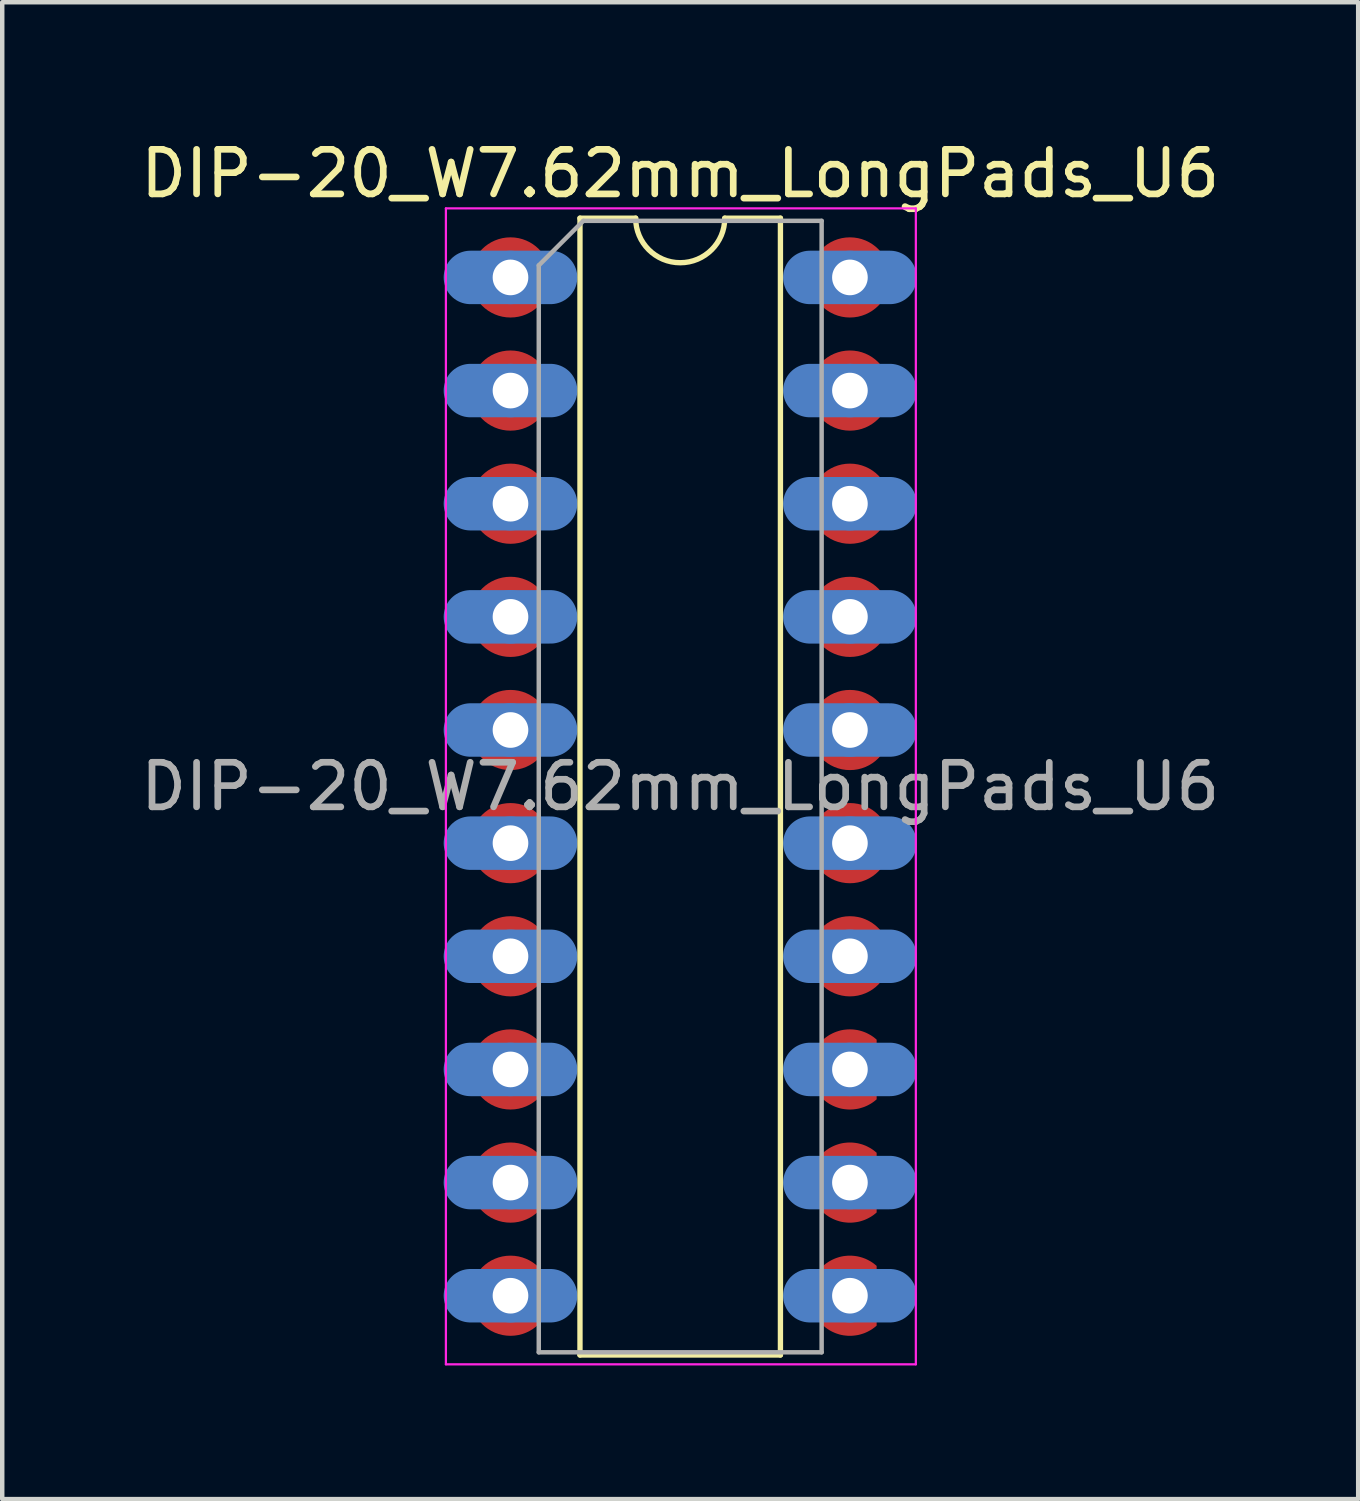
<source format=kicad_pcb>
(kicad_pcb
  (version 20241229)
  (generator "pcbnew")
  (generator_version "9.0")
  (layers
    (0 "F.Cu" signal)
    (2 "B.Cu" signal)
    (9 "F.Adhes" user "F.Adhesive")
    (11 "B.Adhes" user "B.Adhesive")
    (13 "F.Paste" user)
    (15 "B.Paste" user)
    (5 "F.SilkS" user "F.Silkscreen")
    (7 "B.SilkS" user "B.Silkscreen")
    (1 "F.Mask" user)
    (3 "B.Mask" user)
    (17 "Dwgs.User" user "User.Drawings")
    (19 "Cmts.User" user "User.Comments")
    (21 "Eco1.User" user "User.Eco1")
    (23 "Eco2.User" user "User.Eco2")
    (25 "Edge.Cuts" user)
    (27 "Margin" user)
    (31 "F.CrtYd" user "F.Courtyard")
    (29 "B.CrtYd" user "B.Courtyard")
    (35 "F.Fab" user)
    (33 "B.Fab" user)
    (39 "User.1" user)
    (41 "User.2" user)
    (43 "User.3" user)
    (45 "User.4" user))
  (footprint "DIP-20_W7.62mm_LongPads_U6"
    (layer "F.Cu")
    (at 8.41 3.178)
    (property "Reference" "DIP-20_W7.62mm_LongPads_U6" (at 3.81 -2.33 0) (layer "F.SilkS") (effects (font (size 1 1) (thickness 0.15))))
    (attr through_hole)
    (fp_line (start 1.56 -1.33) (end 1.56 24.19) (stroke (width 0.12) (type solid)) (layer "F.SilkS"))
    (fp_line (start 1.56 24.19) (end 6.06 24.19) (stroke (width 0.12) (type solid)) (layer "F.SilkS"))
    (fp_line (start 2.81 -1.33) (end 1.56 -1.33) (stroke (width 0.12) (type solid)) (layer "F.SilkS"))
    (fp_line (start 6.06 -1.33) (end 4.81 -1.33) (stroke (width 0.12) (type solid)) (layer "F.SilkS"))
    (fp_line (start 6.06 24.19) (end 6.06 -1.33) (stroke (width 0.12) (type solid)) (layer "F.SilkS"))
    (fp_arc (start 4.81 -1.33) (mid 3.81 -0.33) (end 2.81 -1.33) (stroke (width 0.12) (type solid)) (layer "F.SilkS"))
    (fp_line (start -1.45 -1.55) (end -1.45 24.4) (stroke (width 0.05) (type solid)) (layer "F.CrtYd"))
    (fp_line (start -1.45 24.4) (end 9.1 24.4) (stroke (width 0.05) (type solid)) (layer "F.CrtYd"))
    (fp_line (start 9.1 -1.55) (end -1.45 -1.55) (stroke (width 0.05) (type solid)) (layer "F.CrtYd"))
    (fp_line (start 9.1 24.4) (end 9.1 -1.55) (stroke (width 0.05) (type solid)) (layer "F.CrtYd"))
    (fp_line (start 0.635 -0.27) (end 1.635 -1.27) (stroke (width 0.1) (type solid)) (layer "F.Fab"))
    (fp_line (start 0.635 24.13) (end 0.635 -0.27) (stroke (width 0.1) (type solid)) (layer "F.Fab"))
    (fp_line (start 1.635 -1.27) (end 6.985 -1.27) (stroke (width 0.1) (type solid)) (layer "F.Fab"))
    (fp_line (start 6.985 -1.27) (end 6.985 24.13) (stroke (width 0.1) (type solid)) (layer "F.Fab"))
    (fp_line (start 6.985 24.13) (end 0.635 24.13) (stroke (width 0.1) (type solid)) (layer "F.Fab"))
    (fp_text user "${REFERENCE}" (at 3.81 11.43 0) (layer "F.Fab") (effects (font (size 1 1) (thickness 0.15))))
    (pad "1" thru_hole circle (at 0 0) (size 1.2 1.2) (drill 0.8) (layers "*.Cu" "*.Mask"))
    (pad "1" smd circle (at 0 0) (size 1.8 1.8) (layers "F.Cu" "F.Mask"))
    (pad "1" smd oval (at 0 0) (size 3 1.2) (layers "B.Cu" "B.Mask"))
    (pad "2" thru_hole circle (at 0 2.54) (size 1.2 1.2) (drill 0.8) (layers "*.Cu" "*.Mask"))
    (pad "2" smd circle (at 0 2.54) (size 1.8 1.8) (layers "F.Cu" "F.Mask"))
    (pad "2" smd oval (at 0 2.54) (size 3 1.2) (layers "B.Cu" "B.Mask"))
    (pad "3" thru_hole circle (at 0 5.08) (size 1.2 1.2) (drill 0.8) (layers "*.Cu" "*.Mask"))
    (pad "3" smd circle (at 0 5.08) (size 1.8 1.8) (layers "F.Cu" "F.Mask"))
    (pad "3" smd oval (at 0 5.08) (size 3 1.2) (layers "B.Cu" "B.Mask"))
    (pad "4" thru_hole circle (at 0 7.62) (size 1.2 1.2) (drill 0.8) (layers "*.Cu" "*.Mask"))
    (pad "4" smd circle (at 0 7.62) (size 1.8 1.8) (layers "F.Cu" "F.Mask"))
    (pad "4" smd oval (at 0 7.62) (size 3 1.2) (layers "B.Cu" "B.Mask"))
    (pad "5" thru_hole circle (at 0 10.16) (size 1.2 1.2) (drill 0.8) (layers "*.Cu" "*.Mask"))
    (pad "5" smd circle (at 0 10.16) (size 1.8 1.8) (layers "F.Cu" "F.Mask"))
    (pad "5" smd oval (at 0 10.16) (size 3 1.2) (layers "B.Cu" "B.Mask"))
    (pad "6" thru_hole circle (at 0 12.7) (size 1.2 1.2) (drill 0.8) (layers "*.Cu" "*.Mask"))
    (pad "6" smd circle (at 0 12.7) (size 1.8 1.8) (layers "F.Cu" "F.Mask"))
    (pad "6" smd oval (at 0 12.7) (size 3 1.2) (layers "B.Cu" "B.Mask"))
    (pad "7" thru_hole circle (at 0 15.24) (size 1.2 1.2) (drill 0.8) (layers "*.Cu" "*.Mask"))
    (pad "7" smd circle (at 0 15.24) (size 1.8 1.8) (layers "F.Cu" "F.Mask"))
    (pad "7" smd oval (at 0 15.24) (size 3 1.2) (layers "B.Cu" "B.Mask"))
    (pad "8" thru_hole circle (at 0 17.78) (size 1.2 1.2) (drill 0.8) (layers "*.Cu" "*.Mask"))
    (pad "8" smd circle (at 0 17.78) (size 1.8 1.8) (layers "F.Cu" "F.Mask"))
    (pad "8" smd oval (at 0 17.78) (size 3 1.2) (layers "B.Cu" "B.Mask"))
    (pad "9" thru_hole circle (at 0 20.32) (size 1.2 1.2) (drill 0.8) (layers "*.Cu" "*.Mask"))
    (pad "9" smd circle (at 0 20.32) (size 1.8 1.8) (layers "F.Cu" "F.Mask"))
    (pad "9" smd oval (at 0 20.32) (size 3 1.2) (layers "B.Cu" "B.Mask"))
    (pad "10" thru_hole circle (at 0 22.86) (size 1.2 1.2) (drill 0.8) (layers "*.Cu" "*.Mask"))
    (pad "10" smd circle (at 0 22.86) (size 1.8 1.8) (layers "F.Cu" "F.Mask"))
    (pad "10" smd oval (at 0 22.86) (size 3 1.2) (layers "B.Cu" "B.Mask"))
    (pad "11" thru_hole circle (at 7.62 22.86) (size 1.2 1.2) (drill 0.8) (layers "*.Cu" "*.Mask"))
    (pad "11" smd custom (at 7.62 22.86) (size 1.2 1.2) (layers "F.Cu" "F.Mask") (options (anchor circle)) (primitives (gr_poly (pts (xy 0.568 0.698) (xy 0.536 0.723) (xy 0.502 0.747) (xy 0.468 0.769) (xy 0.432 0.789) (xy 0.396 0.808) (xy 0.359 0.825) (xy 0.321 0.841) (xy 0.283 0.854) (xy 0.244 0.866) (xy 0.204 0.877) (xy 0.164 0.885) (xy 0.123 0.891) (xy 0.082 0.896) (xy 0.041 0.899) (xy -0.000235 0.9) (xy -0.047 0.899) (xy -0.092 0.895) (xy -0.137 0.89) (xy -0.182 0.882) (xy -0.225 0.872) (xy -0.268 0.859) (xy -0.31 0.845) (xy -0.35 0.829) (xy -0.39 0.811) (xy -0.429 0.791) (xy -0.467 0.77) (xy -0.503 0.746) (xy -0.538 0.721) (xy -0.572 0.694) (xy -0.605 0.666) (xy -0.636 0.636) (xy -0.666 0.605) (xy -0.694 0.572) (xy -0.721 0.538) (xy -0.746 0.503) (xy -0.77 0.467) (xy -0.791 0.429) (xy -0.811 0.39) (xy -0.829 0.35) (xy -0.845 0.31) (xy -0.859 0.268) (xy -0.872 0.225) (xy -0.882 0.182) (xy -0.89 0.137) (xy -0.895 0.092) (xy -0.899 0.047) (xy -0.9 0.000255) (xy -0.899 -0.046) (xy -0.895 -0.092) (xy -0.89 -0.137) (xy -0.882 -0.181) (xy -0.872 -0.225) (xy -0.86 -0.267) (xy -0.845 -0.309) (xy -0.829 -0.35) (xy -0.811 -0.39) (xy -0.791 -0.429) (xy -0.77 -0.466) (xy -0.746 -0.503) (xy -0.721 -0.538) (xy -0.695 -0.572) (xy -0.666 -0.605) (xy -0.636 -0.636) (xy -0.605 -0.666) (xy -0.573 -0.694) (xy -0.539 -0.721) (xy -0.503 -0.746) (xy -0.467 -0.77) (xy -0.429 -0.791) (xy -0.39 -0.811) (xy -0.35 -0.829) (xy -0.31 -0.845) (xy -0.268 -0.859) (xy -0.225 -0.872) (xy -0.182 -0.882) (xy -0.137 -0.89) (xy -0.092 -0.895) (xy -0.047 -0.899) (xy -0.000235 -0.9) (xy 0.041 -0.899) (xy 0.082 -0.896) (xy 0.123 -0.891) (xy 0.164 -0.885) (xy 0.204 -0.876) (xy 0.243 -0.866) (xy 0.283 -0.854) (xy 0.321 -0.84) (xy 0.359 -0.825) (xy 0.396 -0.807) (xy 0.432 -0.788) (xy 0.468 -0.768) (xy 0.502 -0.746) (xy 0.536 -0.722) (xy 0.568 -0.696) (xy 0.6 -0.669) (xy 0.6 0.671)) (width 0) (fill yes))))
    (pad "11" smd oval (at 7.62 22.86) (size 3 1.2) (layers "B.Cu" "B.Mask"))
    (pad "12" thru_hole circle (at 7.62 20.32) (size 1.2 1.2) (drill 0.8) (layers "*.Cu" "*.Mask"))
    (pad "12" smd custom (at 7.62 20.32) (size 1.2 1.2) (layers "F.Cu" "F.Mask") (options (anchor circle)) (primitives (gr_poly (pts (xy 0.568 0.698) (xy 0.536 0.723) (xy 0.502 0.747) (xy 0.468 0.769) (xy 0.432 0.789) (xy 0.396 0.808) (xy 0.359 0.825) (xy 0.321 0.841) (xy 0.283 0.854) (xy 0.244 0.866) (xy 0.204 0.877) (xy 0.164 0.885) (xy 0.123 0.891) (xy 0.082 0.896) (xy 0.041 0.899) (xy -0.000235 0.9) (xy -0.047 0.899) (xy -0.092 0.895) (xy -0.137 0.89) (xy -0.182 0.882) (xy -0.225 0.872) (xy -0.268 0.859) (xy -0.31 0.845) (xy -0.35 0.829) (xy -0.39 0.811) (xy -0.429 0.791) (xy -0.467 0.77) (xy -0.503 0.746) (xy -0.538 0.721) (xy -0.572 0.694) (xy -0.605 0.666) (xy -0.636 0.636) (xy -0.666 0.605) (xy -0.694 0.572) (xy -0.721 0.538) (xy -0.746 0.503) (xy -0.77 0.467) (xy -0.791 0.429) (xy -0.811 0.39) (xy -0.829 0.35) (xy -0.845 0.31) (xy -0.859 0.268) (xy -0.872 0.225) (xy -0.882 0.182) (xy -0.89 0.137) (xy -0.895 0.092) (xy -0.899 0.047) (xy -0.9 0.000255) (xy -0.899 -0.046) (xy -0.895 -0.092) (xy -0.89 -0.137) (xy -0.882 -0.181) (xy -0.872 -0.225) (xy -0.86 -0.267) (xy -0.845 -0.309) (xy -0.829 -0.35) (xy -0.811 -0.39) (xy -0.791 -0.429) (xy -0.77 -0.466) (xy -0.746 -0.503) (xy -0.721 -0.538) (xy -0.695 -0.572) (xy -0.666 -0.605) (xy -0.636 -0.636) (xy -0.605 -0.666) (xy -0.573 -0.694) (xy -0.539 -0.721) (xy -0.503 -0.746) (xy -0.467 -0.77) (xy -0.429 -0.791) (xy -0.39 -0.811) (xy -0.35 -0.829) (xy -0.31 -0.845) (xy -0.268 -0.859) (xy -0.225 -0.872) (xy -0.182 -0.882) (xy -0.137 -0.89) (xy -0.092 -0.895) (xy -0.047 -0.899) (xy -0.000235 -0.9) (xy 0.041 -0.899) (xy 0.082 -0.896) (xy 0.123 -0.891) (xy 0.164 -0.885) (xy 0.204 -0.876) (xy 0.243 -0.866) (xy 0.283 -0.854) (xy 0.321 -0.84) (xy 0.359 -0.825) (xy 0.396 -0.807) (xy 0.432 -0.788) (xy 0.468 -0.768) (xy 0.502 -0.746) (xy 0.536 -0.722) (xy 0.568 -0.696) (xy 0.6 -0.669) (xy 0.6 0.671)) (width 0) (fill yes))))
    (pad "12" smd oval (at 7.62 20.32) (size 3 1.2) (layers "B.Cu" "B.Mask"))
    (pad "13" thru_hole circle (at 7.62 17.78) (size 1.2 1.2) (drill 0.8) (layers "*.Cu" "*.Mask"))
    (pad "13" smd custom (at 7.62 17.78) (size 1.2 1.2) (layers "F.Cu" "F.Mask") (options (anchor circle)) (primitives (gr_poly (pts (xy 0.568 0.698) (xy 0.536 0.723) (xy 0.502 0.747) (xy 0.468 0.769) (xy 0.432 0.789) (xy 0.396 0.808) (xy 0.359 0.825) (xy 0.321 0.841) (xy 0.283 0.854) (xy 0.244 0.866) (xy 0.204 0.877) (xy 0.164 0.885) (xy 0.123 0.891) (xy 0.082 0.896) (xy 0.041 0.899) (xy -0.000235 0.9) (xy -0.047 0.899) (xy -0.092 0.895) (xy -0.137 0.89) (xy -0.182 0.882) (xy -0.225 0.872) (xy -0.268 0.859) (xy -0.31 0.845) (xy -0.35 0.829) (xy -0.39 0.811) (xy -0.429 0.791) (xy -0.467 0.77) (xy -0.503 0.746) (xy -0.538 0.721) (xy -0.572 0.694) (xy -0.605 0.666) (xy -0.636 0.636) (xy -0.666 0.605) (xy -0.694 0.572) (xy -0.721 0.538) (xy -0.746 0.503) (xy -0.77 0.467) (xy -0.791 0.429) (xy -0.811 0.39) (xy -0.829 0.35) (xy -0.845 0.31) (xy -0.859 0.268) (xy -0.872 0.225) (xy -0.882 0.182) (xy -0.89 0.137) (xy -0.895 0.092) (xy -0.899 0.047) (xy -0.9 0.000255) (xy -0.899 -0.046) (xy -0.895 -0.092) (xy -0.89 -0.137) (xy -0.882 -0.181) (xy -0.872 -0.225) (xy -0.86 -0.267) (xy -0.845 -0.309) (xy -0.829 -0.35) (xy -0.811 -0.39) (xy -0.791 -0.429) (xy -0.77 -0.466) (xy -0.746 -0.503) (xy -0.721 -0.538) (xy -0.695 -0.572) (xy -0.666 -0.605) (xy -0.636 -0.636) (xy -0.605 -0.666) (xy -0.573 -0.694) (xy -0.539 -0.721) (xy -0.503 -0.746) (xy -0.467 -0.77) (xy -0.429 -0.791) (xy -0.39 -0.811) (xy -0.35 -0.829) (xy -0.31 -0.845) (xy -0.268 -0.859) (xy -0.225 -0.872) (xy -0.182 -0.882) (xy -0.137 -0.89) (xy -0.092 -0.895) (xy -0.047 -0.899) (xy -0.000235 -0.9) (xy 0.041 -0.899) (xy 0.082 -0.896) (xy 0.123 -0.891) (xy 0.164 -0.885) (xy 0.204 -0.876) (xy 0.243 -0.866) (xy 0.283 -0.854) (xy 0.321 -0.84) (xy 0.359 -0.825) (xy 0.396 -0.807) (xy 0.432 -0.788) (xy 0.468 -0.768) (xy 0.502 -0.746) (xy 0.536 -0.722) (xy 0.568 -0.696) (xy 0.6 -0.669) (xy 0.6 0.671)) (width 0) (fill yes))))
    (pad "13" smd oval (at 7.62 17.78) (size 3 1.2) (layers "B.Cu" "B.Mask"))
    (pad "14" thru_hole circle (at 7.62 15.24) (size 1.2 1.2) (drill 0.8) (layers "*.Cu" "*.Mask"))
    (pad "14" smd circle (at 7.62 15.24) (size 1.8 1.8) (layers "F.Cu" "F.Mask"))
    (pad "14" smd oval (at 7.62 15.24) (size 3 1.2) (layers "B.Cu" "B.Mask"))
    (pad "15" thru_hole circle (at 7.62 12.7) (size 1.2 1.2) (drill 0.8) (layers "*.Cu" "*.Mask"))
    (pad "15" smd circle (at 7.62 12.7) (size 1.8 1.8) (layers "F.Cu" "F.Mask"))
    (pad "15" smd oval (at 7.62 12.7) (size 3 1.2) (layers "B.Cu" "B.Mask"))
    (pad "16" thru_hole circle (at 7.62 10.16) (size 1.2 1.2) (drill 0.8) (layers "*.Cu" "*.Mask"))
    (pad "16" smd circle (at 7.62 10.16) (size 1.8 1.8) (layers "F.Cu" "F.Mask"))
    (pad "16" smd oval (at 7.62 10.16) (size 3 1.2) (layers "B.Cu" "B.Mask"))
    (pad "17" thru_hole circle (at 7.62 7.62) (size 1.2 1.2) (drill 0.8) (layers "*.Cu" "*.Mask"))
    (pad "17" smd circle (at 7.62 7.62) (size 1.8 1.8) (layers "F.Cu" "F.Mask"))
    (pad "17" smd oval (at 7.62 7.62) (size 3 1.2) (layers "B.Cu" "B.Mask"))
    (pad "18" thru_hole circle (at 7.62 5.08) (size 1.2 1.2) (drill 0.8) (layers "*.Cu" "*.Mask"))
    (pad "18" smd circle (at 7.62 5.08) (size 1.8 1.8) (layers "F.Cu" "F.Mask"))
    (pad "18" smd oval (at 7.62 5.08) (size 3 1.2) (layers "B.Cu" "B.Mask"))
    (pad "19" thru_hole circle (at 7.62 2.54) (size 1.2 1.2) (drill 0.8) (layers "*.Cu" "*.Mask"))
    (pad "19" smd circle (at 7.62 2.54) (size 1.8 1.8) (layers "F.Cu" "F.Mask"))
    (pad "19" smd oval (at 7.62 2.54) (size 3 1.2) (layers "B.Cu" "B.Mask"))
    (pad "20" thru_hole circle (at 7.62 0) (size 1.2 1.2) (drill 0.8) (layers "*.Cu" "*.Mask"))
    (pad "20" smd circle (at 7.62 0) (size 1.8 1.8) (layers "F.Cu" "F.Mask"))
    (pad "20" smd oval (at 7.62 0) (size 3 1.2) (layers "B.Cu" "B.Mask")))
  (gr_rect
    (start -3 -3)
    (end 27.44 30.603)
    (stroke (width 0.1) (type default))
    (fill no)
    (layer "Edge.Cuts")))
</source>
